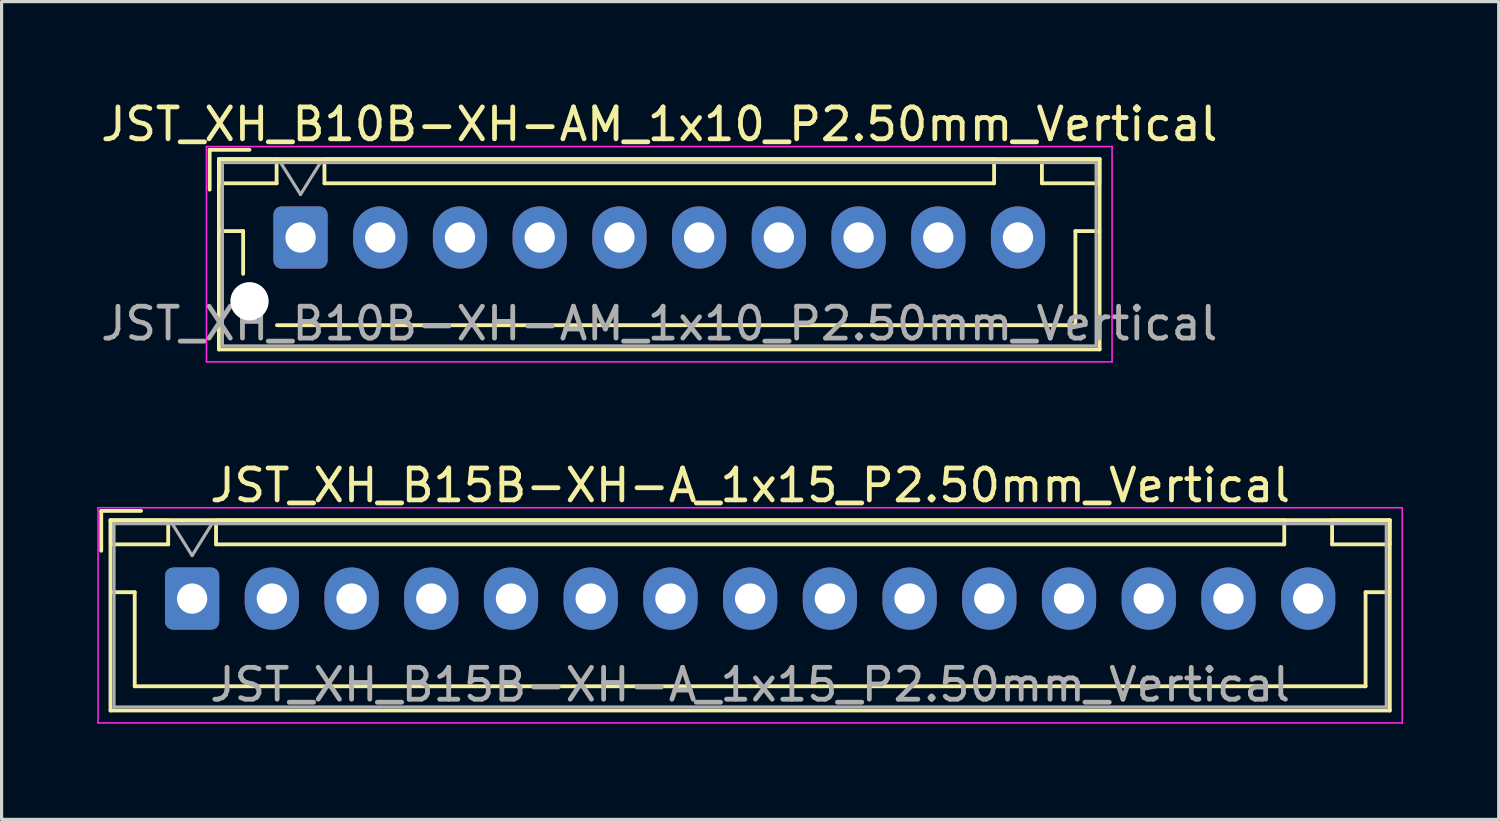
<source format=kicad_pcb>
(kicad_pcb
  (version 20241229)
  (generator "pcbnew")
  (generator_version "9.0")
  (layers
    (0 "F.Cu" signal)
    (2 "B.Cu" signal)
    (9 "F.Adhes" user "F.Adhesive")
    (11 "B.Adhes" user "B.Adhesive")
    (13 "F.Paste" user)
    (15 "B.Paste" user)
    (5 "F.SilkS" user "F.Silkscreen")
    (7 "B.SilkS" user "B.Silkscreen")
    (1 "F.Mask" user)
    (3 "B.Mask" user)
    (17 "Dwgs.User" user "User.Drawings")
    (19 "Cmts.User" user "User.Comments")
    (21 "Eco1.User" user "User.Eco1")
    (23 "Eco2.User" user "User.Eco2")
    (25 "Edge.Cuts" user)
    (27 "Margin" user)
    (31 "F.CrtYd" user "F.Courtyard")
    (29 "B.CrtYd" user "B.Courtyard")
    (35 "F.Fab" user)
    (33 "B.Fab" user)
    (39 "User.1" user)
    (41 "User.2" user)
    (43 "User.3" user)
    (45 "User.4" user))
  (footprint "JST_XH_B10B-XH-AM_1x10_P2.50mm_Vertical"
    (layer "F.Cu")
    (at 6.375 4.398)
    (property "Reference" "JST_XH_B10B-XH-AM_1x10_P2.50mm_Vertical" (at 11.25 -3.55 0) (layer "F.SilkS") (effects (font (size 1 1) (thickness 0.15))))
    (attr through_hole)
    (fp_line (start -2.85 -2.75) (end -2.85 -1.5) (stroke (width 0.12) (type solid)) (layer "F.SilkS"))
    (fp_line (start -2.56 -2.46) (end -2.56 3.51) (stroke (width 0.12) (type solid)) (layer "F.SilkS"))
    (fp_line (start -2.56 3.51) (end 25.06 3.51) (stroke (width 0.12) (type solid)) (layer "F.SilkS"))
    (fp_line (start -2.55 -2.45) (end -2.55 -1.7) (stroke (width 0.12) (type solid)) (layer "F.SilkS"))
    (fp_line (start -2.55 -1.7) (end -0.75 -1.7) (stroke (width 0.12) (type solid)) (layer "F.SilkS"))
    (fp_line (start -2.55 -0.2) (end -1.8 -0.2) (stroke (width 0.12) (type solid)) (layer "F.SilkS"))
    (fp_line (start -1.8 -0.2) (end -1.8 1.14) (stroke (width 0.12) (type solid)) (layer "F.SilkS"))
    (fp_line (start -1.6 -2.75) (end -2.85 -2.75) (stroke (width 0.12) (type solid)) (layer "F.SilkS"))
    (fp_line (start -0.75 -2.45) (end -2.55 -2.45) (stroke (width 0.12) (type solid)) (layer "F.SilkS"))
    (fp_line (start -0.75 -1.7) (end -0.75 -2.45) (stroke (width 0.12) (type solid)) (layer "F.SilkS"))
    (fp_line (start 0.75 -2.45) (end 0.75 -1.7) (stroke (width 0.12) (type solid)) (layer "F.SilkS"))
    (fp_line (start 0.75 -1.7) (end 21.75 -1.7) (stroke (width 0.12) (type solid)) (layer "F.SilkS"))
    (fp_line (start 11.25 2.75) (end -0.74 2.75) (stroke (width 0.12) (type solid)) (layer "F.SilkS"))
    (fp_line (start 21.75 -2.45) (end 0.75 -2.45) (stroke (width 0.12) (type solid)) (layer "F.SilkS"))
    (fp_line (start 21.75 -1.7) (end 21.75 -2.45) (stroke (width 0.12) (type solid)) (layer "F.SilkS"))
    (fp_line (start 23.25 -2.45) (end 23.25 -1.7) (stroke (width 0.12) (type solid)) (layer "F.SilkS"))
    (fp_line (start 23.25 -1.7) (end 25.05 -1.7) (stroke (width 0.12) (type solid)) (layer "F.SilkS"))
    (fp_line (start 24.3 -0.2) (end 24.3 2.75) (stroke (width 0.12) (type solid)) (layer "F.SilkS"))
    (fp_line (start 24.3 2.75) (end 11.25 2.75) (stroke (width 0.12) (type solid)) (layer "F.SilkS"))
    (fp_line (start 25.05 -2.45) (end 23.25 -2.45) (stroke (width 0.12) (type solid)) (layer "F.SilkS"))
    (fp_line (start 25.05 -1.7) (end 25.05 -2.45) (stroke (width 0.12) (type solid)) (layer "F.SilkS"))
    (fp_line (start 25.05 -0.2) (end 24.3 -0.2) (stroke (width 0.12) (type solid)) (layer "F.SilkS"))
    (fp_line (start 25.06 -2.46) (end -2.56 -2.46) (stroke (width 0.12) (type solid)) (layer "F.SilkS"))
    (fp_line (start 25.06 3.51) (end 25.06 -2.46) (stroke (width 0.12) (type solid)) (layer "F.SilkS"))
    (fp_line (start -2.95 -2.85) (end -2.95 3.9) (stroke (width 0.05) (type solid)) (layer "F.CrtYd"))
    (fp_line (start -2.95 3.9) (end 25.45 3.9) (stroke (width 0.05) (type solid)) (layer "F.CrtYd"))
    (fp_line (start 25.45 -2.85) (end -2.95 -2.85) (stroke (width 0.05) (type solid)) (layer "F.CrtYd"))
    (fp_line (start 25.45 3.9) (end 25.45 -2.85) (stroke (width 0.05) (type solid)) (layer "F.CrtYd"))
    (fp_line (start -2.45 -2.35) (end -2.45 3.4) (stroke (width 0.1) (type solid)) (layer "F.Fab"))
    (fp_line (start -2.45 3.4) (end 24.95 3.4) (stroke (width 0.1) (type solid)) (layer "F.Fab"))
    (fp_line (start -0.625 -2.35) (end 0 -1.35) (stroke (width 0.1) (type solid)) (layer "F.Fab"))
    (fp_line (start 0 -1.35) (end 0.625 -2.35) (stroke (width 0.1) (type solid)) (layer "F.Fab"))
    (fp_line (start 24.95 -2.35) (end -2.45 -2.35) (stroke (width 0.1) (type solid)) (layer "F.Fab"))
    (fp_line (start 24.95 3.4) (end 24.95 -2.35) (stroke (width 0.1) (type solid)) (layer "F.Fab"))
    (fp_text user "${REFERENCE}" (at 11.25 2.7 0) (layer "F.Fab") (effects (font (size 1 1) (thickness 0.15))))
    (pad "" np_thru_hole circle (at -1.6 2) (size 1.2 1.2) (drill 1.2) (layers "*.Cu" "*.Mask"))
    (pad "1" thru_hole roundrect (at 0 0) (size 1.7 1.95) (drill 0.95) (layers "*.Cu" "*.Mask") (roundrect_rratio 0.147))
    (pad "2" thru_hole oval (at 2.5 0) (size 1.7 1.95) (drill 0.95) (layers "*.Cu" "*.Mask"))
    (pad "3" thru_hole oval (at 5 0) (size 1.7 1.95) (drill 0.95) (layers "*.Cu" "*.Mask"))
    (pad "4" thru_hole oval (at 7.5 0) (size 1.7 1.95) (drill 0.95) (layers "*.Cu" "*.Mask"))
    (pad "5" thru_hole oval (at 10 0) (size 1.7 1.95) (drill 0.95) (layers "*.Cu" "*.Mask"))
    (pad "6" thru_hole oval (at 12.5 0) (size 1.7 1.95) (drill 0.95) (layers "*.Cu" "*.Mask"))
    (pad "7" thru_hole oval (at 15 0) (size 1.7 1.95) (drill 0.95) (layers "*.Cu" "*.Mask"))
    (pad "8" thru_hole oval (at 17.5 0) (size 1.7 1.95) (drill 0.95) (layers "*.Cu" "*.Mask"))
    (pad "9" thru_hole oval (at 20 0) (size 1.7 1.95) (drill 0.95) (layers "*.Cu" "*.Mask"))
    (pad "10" thru_hole oval (at 22.5 0) (size 1.7 1.95) (drill 0.95) (layers "*.Cu" "*.Mask")))
  (footprint "JST_XH_B15B-XH-A_1x15_P2.50mm_Vertical"
    (layer "F.Cu")
    (at 2.975 15.722)
    (property "Reference" "JST_XH_B15B-XH-A_1x15_P2.50mm_Vertical" (at 17.5 -3.55 0) (layer "F.SilkS") (effects (font (size 1 1) (thickness 0.15))))
    (attr through_hole)
    (fp_line (start -2.85 -2.75) (end -2.85 -1.5) (stroke (width 0.12) (type solid)) (layer "F.SilkS"))
    (fp_line (start -2.56 -2.46) (end -2.56 3.51) (stroke (width 0.12) (type solid)) (layer "F.SilkS"))
    (fp_line (start -2.56 3.51) (end 37.56 3.51) (stroke (width 0.12) (type solid)) (layer "F.SilkS"))
    (fp_line (start -2.55 -2.45) (end -2.55 -1.7) (stroke (width 0.12) (type solid)) (layer "F.SilkS"))
    (fp_line (start -2.55 -1.7) (end -0.75 -1.7) (stroke (width 0.12) (type solid)) (layer "F.SilkS"))
    (fp_line (start -2.55 -0.2) (end -1.8 -0.2) (stroke (width 0.12) (type solid)) (layer "F.SilkS"))
    (fp_line (start -1.8 -0.2) (end -1.8 2.75) (stroke (width 0.12) (type solid)) (layer "F.SilkS"))
    (fp_line (start -1.8 2.75) (end 17.5 2.75) (stroke (width 0.12) (type solid)) (layer "F.SilkS"))
    (fp_line (start -1.6 -2.75) (end -2.85 -2.75) (stroke (width 0.12) (type solid)) (layer "F.SilkS"))
    (fp_line (start -0.75 -2.45) (end -2.55 -2.45) (stroke (width 0.12) (type solid)) (layer "F.SilkS"))
    (fp_line (start -0.75 -1.7) (end -0.75 -2.45) (stroke (width 0.12) (type solid)) (layer "F.SilkS"))
    (fp_line (start 0.75 -2.45) (end 0.75 -1.7) (stroke (width 0.12) (type solid)) (layer "F.SilkS"))
    (fp_line (start 0.75 -1.7) (end 34.25 -1.7) (stroke (width 0.12) (type solid)) (layer "F.SilkS"))
    (fp_line (start 34.25 -2.45) (end 0.75 -2.45) (stroke (width 0.12) (type solid)) (layer "F.SilkS"))
    (fp_line (start 34.25 -1.7) (end 34.25 -2.45) (stroke (width 0.12) (type solid)) (layer "F.SilkS"))
    (fp_line (start 35.75 -2.45) (end 35.75 -1.7) (stroke (width 0.12) (type solid)) (layer "F.SilkS"))
    (fp_line (start 35.75 -1.7) (end 37.55 -1.7) (stroke (width 0.12) (type solid)) (layer "F.SilkS"))
    (fp_line (start 36.8 -0.2) (end 36.8 2.75) (stroke (width 0.12) (type solid)) (layer "F.SilkS"))
    (fp_line (start 36.8 2.75) (end 17.5 2.75) (stroke (width 0.12) (type solid)) (layer "F.SilkS"))
    (fp_line (start 37.55 -2.45) (end 35.75 -2.45) (stroke (width 0.12) (type solid)) (layer "F.SilkS"))
    (fp_line (start 37.55 -1.7) (end 37.55 -2.45) (stroke (width 0.12) (type solid)) (layer "F.SilkS"))
    (fp_line (start 37.55 -0.2) (end 36.8 -0.2) (stroke (width 0.12) (type solid)) (layer "F.SilkS"))
    (fp_line (start 37.56 -2.46) (end -2.56 -2.46) (stroke (width 0.12) (type solid)) (layer "F.SilkS"))
    (fp_line (start 37.56 3.51) (end 37.56 -2.46) (stroke (width 0.12) (type solid)) (layer "F.SilkS"))
    (fp_line (start -2.95 -2.85) (end -2.95 3.9) (stroke (width 0.05) (type solid)) (layer "F.CrtYd"))
    (fp_line (start -2.95 3.9) (end 37.95 3.9) (stroke (width 0.05) (type solid)) (layer "F.CrtYd"))
    (fp_line (start 37.95 -2.85) (end -2.95 -2.85) (stroke (width 0.05) (type solid)) (layer "F.CrtYd"))
    (fp_line (start 37.95 3.9) (end 37.95 -2.85) (stroke (width 0.05) (type solid)) (layer "F.CrtYd"))
    (fp_line (start -2.45 -2.35) (end -2.45 3.4) (stroke (width 0.1) (type solid)) (layer "F.Fab"))
    (fp_line (start -2.45 3.4) (end 37.45 3.4) (stroke (width 0.1) (type solid)) (layer "F.Fab"))
    (fp_line (start -0.625 -2.35) (end 0 -1.35) (stroke (width 0.1) (type solid)) (layer "F.Fab"))
    (fp_line (start 0 -1.35) (end 0.625 -2.35) (stroke (width 0.1) (type solid)) (layer "F.Fab"))
    (fp_line (start 37.45 -2.35) (end -2.45 -2.35) (stroke (width 0.1) (type solid)) (layer "F.Fab"))
    (fp_line (start 37.45 3.4) (end 37.45 -2.35) (stroke (width 0.1) (type solid)) (layer "F.Fab"))
    (fp_text user "${REFERENCE}" (at 17.5 2.7 0) (layer "F.Fab") (effects (font (size 1 1) (thickness 0.15))))
    (pad "1" thru_hole roundrect (at 0 0) (size 1.7 1.95) (drill 0.95) (layers "*.Cu" "*.Mask") (roundrect_rratio 0.147))
    (pad "2" thru_hole oval (at 2.5 0) (size 1.7 1.95) (drill 0.95) (layers "*.Cu" "*.Mask"))
    (pad "3" thru_hole oval (at 5 0) (size 1.7 1.95) (drill 0.95) (layers "*.Cu" "*.Mask"))
    (pad "4" thru_hole oval (at 7.5 0) (size 1.7 1.95) (drill 0.95) (layers "*.Cu" "*.Mask"))
    (pad "5" thru_hole oval (at 10 0) (size 1.7 1.95) (drill 0.95) (layers "*.Cu" "*.Mask"))
    (pad "6" thru_hole oval (at 12.5 0) (size 1.7 1.95) (drill 0.95) (layers "*.Cu" "*.Mask"))
    (pad "7" thru_hole oval (at 15 0) (size 1.7 1.95) (drill 0.95) (layers "*.Cu" "*.Mask"))
    (pad "8" thru_hole oval (at 17.5 0) (size 1.7 1.95) (drill 0.95) (layers "*.Cu" "*.Mask"))
    (pad "9" thru_hole oval (at 20 0) (size 1.7 1.95) (drill 0.95) (layers "*.Cu" "*.Mask"))
    (pad "10" thru_hole oval (at 22.5 0) (size 1.7 1.95) (drill 0.95) (layers "*.Cu" "*.Mask"))
    (pad "11" thru_hole oval (at 25 0) (size 1.7 1.95) (drill 0.95) (layers "*.Cu" "*.Mask"))
    (pad "12" thru_hole oval (at 27.5 0) (size 1.7 1.95) (drill 0.95) (layers "*.Cu" "*.Mask"))
    (pad "13" thru_hole oval (at 30 0) (size 1.7 1.95) (drill 0.95) (layers "*.Cu" "*.Mask"))
    (pad "14" thru_hole oval (at 32.5 0) (size 1.7 1.95) (drill 0.95) (layers "*.Cu" "*.Mask"))
    (pad "15" thru_hole oval (at 35 0) (size 1.7 1.95) (drill 0.95) (layers "*.Cu" "*.Mask")))
  (gr_rect
    (start -3 -3)
    (end 43.95 22.646)
    (stroke (width 0.1) (type default))
    (fill no)
    (layer "Edge.Cuts")))
</source>
